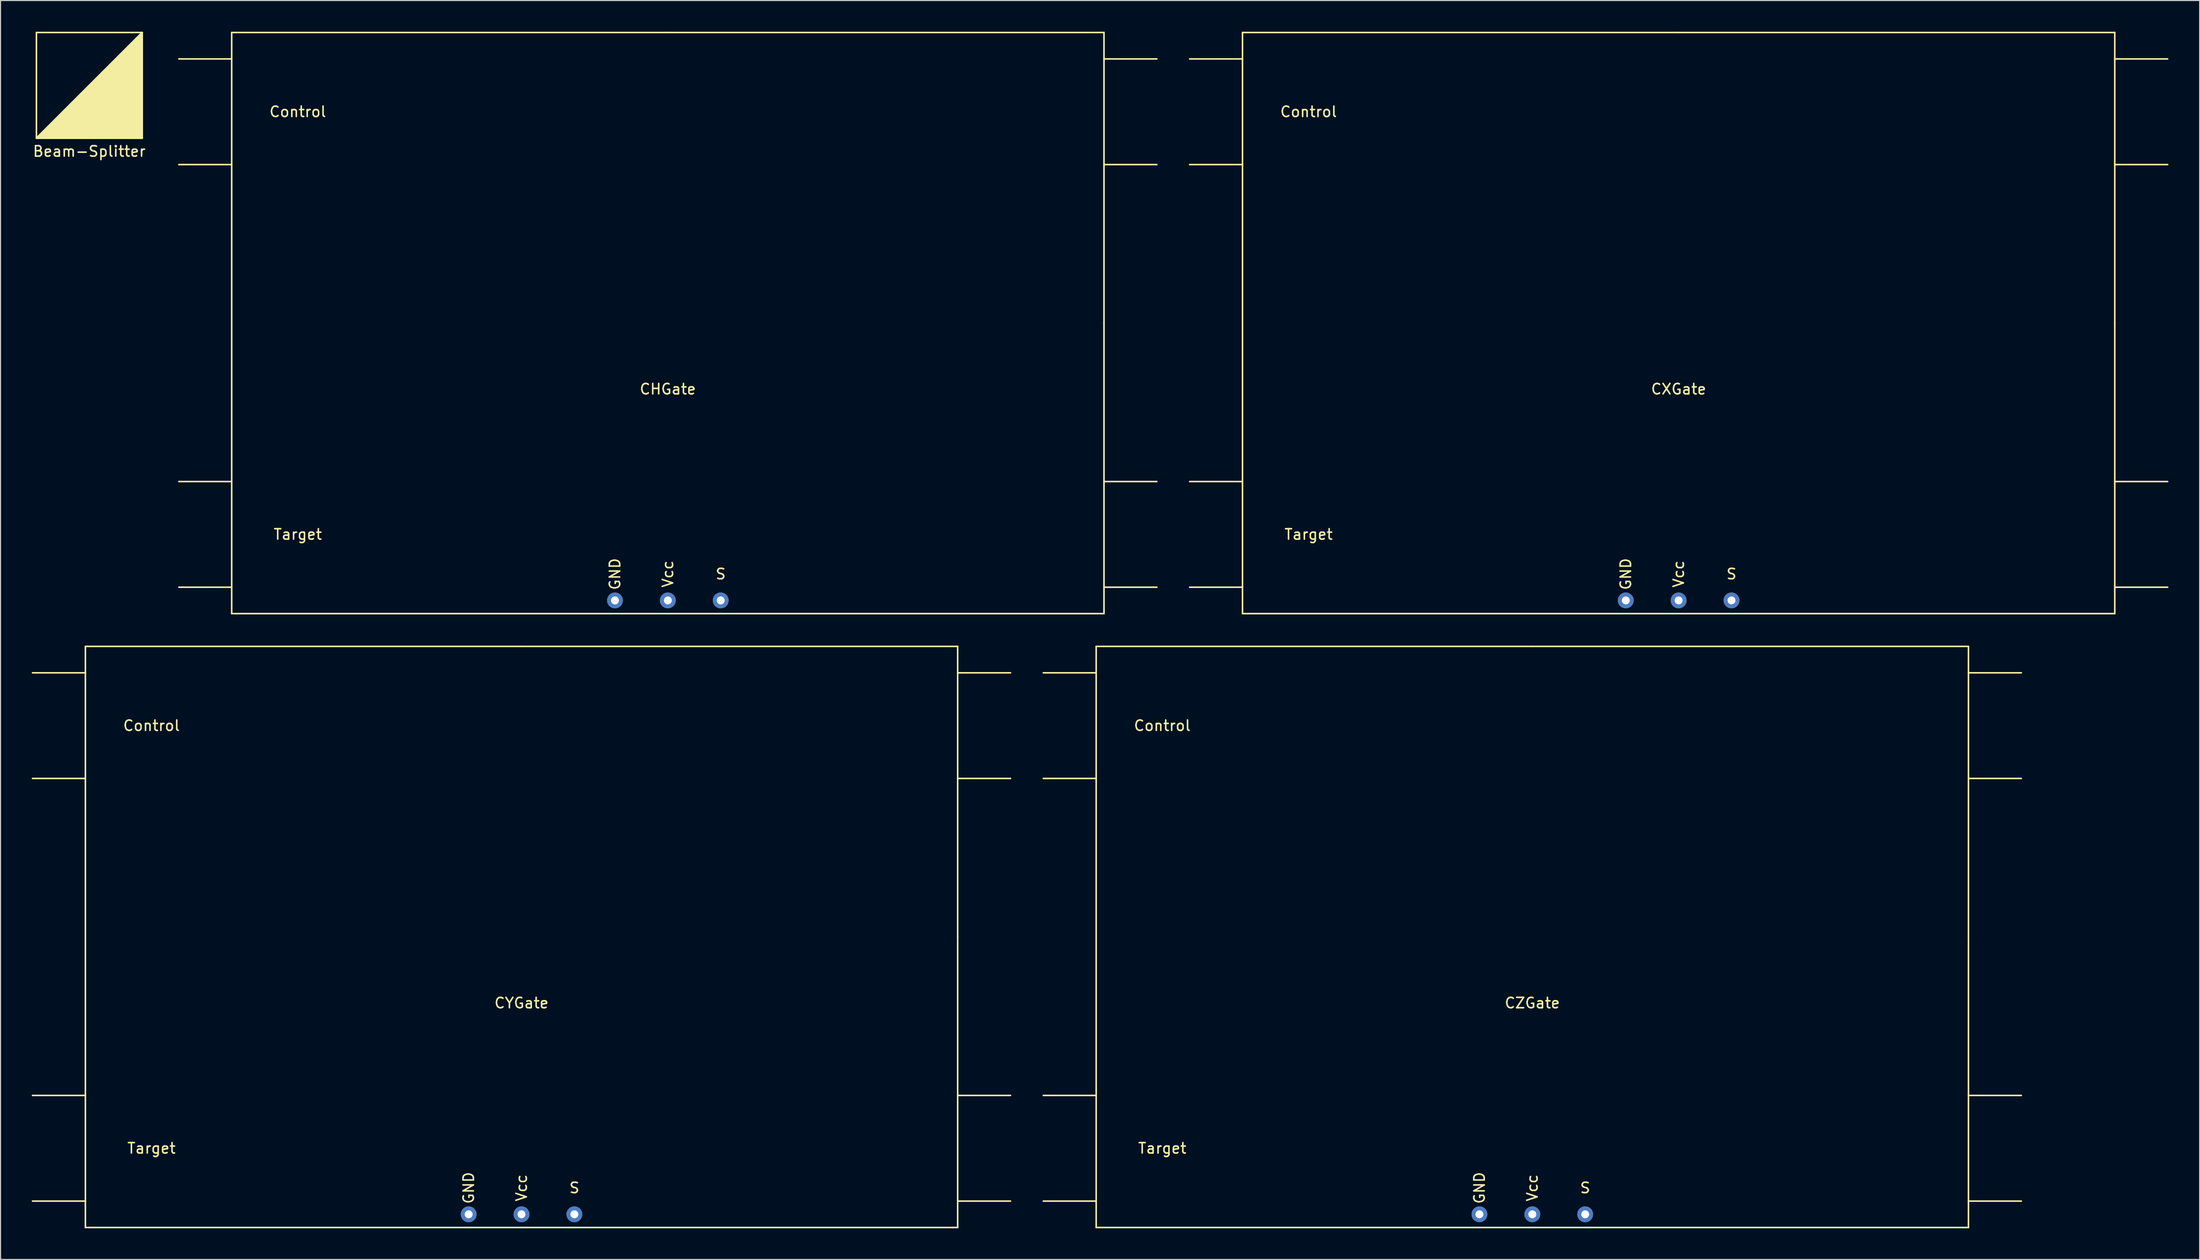
<source format=kicad_pcb>
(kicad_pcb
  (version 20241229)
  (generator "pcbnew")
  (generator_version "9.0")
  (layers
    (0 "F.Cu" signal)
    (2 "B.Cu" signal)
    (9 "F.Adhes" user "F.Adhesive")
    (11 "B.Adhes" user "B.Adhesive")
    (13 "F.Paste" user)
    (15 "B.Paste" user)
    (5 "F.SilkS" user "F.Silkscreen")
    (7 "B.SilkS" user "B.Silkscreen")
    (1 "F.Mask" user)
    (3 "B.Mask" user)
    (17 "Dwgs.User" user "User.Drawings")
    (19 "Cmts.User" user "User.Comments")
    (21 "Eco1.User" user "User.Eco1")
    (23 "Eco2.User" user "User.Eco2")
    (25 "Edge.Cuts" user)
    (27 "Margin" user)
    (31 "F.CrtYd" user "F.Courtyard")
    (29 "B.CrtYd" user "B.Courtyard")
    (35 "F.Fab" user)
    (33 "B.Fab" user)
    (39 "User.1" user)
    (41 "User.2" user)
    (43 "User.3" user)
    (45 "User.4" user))
  (footprint "CYGate"
    (layer "F.Cu")
    (at 47.065 87.68)
    (property "Reference" "CYGate" (at 0 5.715 0) (layer "F.SilkS") (effects (font (size 1 1) (thickness 0.15))))
    (attr through_hole)
    (fp_line (start -46.99 -15.875) (end -41.91 -15.875) (stroke (width 0.15) (type solid)) (layer "F.SilkS"))
    (fp_line (start -41.91 -28.575) (end 0 -28.575) (stroke (width 0.15) (type solid)) (layer "F.SilkS"))
    (fp_line (start -41.91 -26.035) (end -46.99 -26.035) (stroke (width 0.15) (type solid)) (layer "F.SilkS"))
    (fp_line (start -41.91 14.605) (end -46.99 14.605) (stroke (width 0.15) (type solid)) (layer "F.SilkS"))
    (fp_line (start -41.91 24.765) (end -46.99 24.765) (stroke (width 0.15) (type solid)) (layer "F.SilkS"))
    (fp_line (start -41.91 27.305) (end -41.91 -28.575) (stroke (width 0.15) (type solid)) (layer "F.SilkS"))
    (fp_line (start 0 -28.575) (end 41.91 -28.575) (stroke (width 0.15) (type solid)) (layer "F.SilkS"))
    (fp_line (start 41.91 -28.575) (end 41.91 -0.635) (stroke (width 0.15) (type solid)) (layer "F.SilkS"))
    (fp_line (start 41.91 -26.035) (end 46.99 -26.035) (stroke (width 0.15) (type solid)) (layer "F.SilkS"))
    (fp_line (start 41.91 -15.875) (end 46.99 -15.875) (stroke (width 0.15) (type solid)) (layer "F.SilkS"))
    (fp_line (start 41.91 -0.635) (end 41.91 27.305) (stroke (width 0.15) (type solid)) (layer "F.SilkS"))
    (fp_line (start 41.91 14.605) (end 46.99 14.605) (stroke (width 0.15) (type solid)) (layer "F.SilkS"))
    (fp_line (start 41.91 24.765) (end 46.99 24.765) (stroke (width 0.15) (type solid)) (layer "F.SilkS"))
    (fp_line (start 41.91 27.305) (end -41.91 27.305) (stroke (width 0.15) (type solid)) (layer "F.SilkS"))
    (fp_text user "GND" (at -5.08 23.495 90) (layer "F.SilkS") (effects (font (size 1 1) (thickness 0.15))))
    (fp_text user "Target" (at -35.56 19.685 0) (layer "F.SilkS") (effects (font (size 1 1) (thickness 0.15))))
    (fp_text user "Vcc" (at 0 23.495 90) (layer "F.SilkS") (effects (font (size 1 1) (thickness 0.15))))
    (fp_text user "S" (at 5.08 23.495 0) (layer "F.SilkS") (effects (font (size 1 1) (thickness 0.15))))
    (fp_text user "Control" (at -35.56 -20.955 0) (layer "F.SilkS") (effects (font (size 1 1) (thickness 0.15))))
    (pad "9" thru_hole circle (at 5.08 26.035) (size 1.524 1.524) (drill 0.762) (layers "*.Cu" "*.Mask"))
    (pad "10" thru_hole circle (at 0 26.035) (size 1.524 1.524) (drill 0.762) (layers "*.Cu" "*.Mask"))
    (pad "11" thru_hole circle (at -5.08 26.035) (size 1.524 1.524) (drill 0.762) (layers "*.Cu" "*.Mask")))
  (footprint "CZGate"
    (layer "F.Cu")
    (at 144.195 87.68)
    (property "Reference" "CZGate" (at 0 5.715 0) (layer "F.SilkS") (effects (font (size 1 1) (thickness 0.15))))
    (attr through_hole)
    (fp_line (start -46.99 -15.875) (end -41.91 -15.875) (stroke (width 0.15) (type solid)) (layer "F.SilkS"))
    (fp_line (start -41.91 -28.575) (end 0 -28.575) (stroke (width 0.15) (type solid)) (layer "F.SilkS"))
    (fp_line (start -41.91 -26.035) (end -46.99 -26.035) (stroke (width 0.15) (type solid)) (layer "F.SilkS"))
    (fp_line (start -41.91 14.605) (end -46.99 14.605) (stroke (width 0.15) (type solid)) (layer "F.SilkS"))
    (fp_line (start -41.91 24.765) (end -46.99 24.765) (stroke (width 0.15) (type solid)) (layer "F.SilkS"))
    (fp_line (start -41.91 27.305) (end -41.91 -28.575) (stroke (width 0.15) (type solid)) (layer "F.SilkS"))
    (fp_line (start 0 -28.575) (end 41.91 -28.575) (stroke (width 0.15) (type solid)) (layer "F.SilkS"))
    (fp_line (start 41.91 -28.575) (end 41.91 -0.635) (stroke (width 0.15) (type solid)) (layer "F.SilkS"))
    (fp_line (start 41.91 -26.035) (end 46.99 -26.035) (stroke (width 0.15) (type solid)) (layer "F.SilkS"))
    (fp_line (start 41.91 -15.875) (end 46.99 -15.875) (stroke (width 0.15) (type solid)) (layer "F.SilkS"))
    (fp_line (start 41.91 -0.635) (end 41.91 27.305) (stroke (width 0.15) (type solid)) (layer "F.SilkS"))
    (fp_line (start 41.91 14.605) (end 46.99 14.605) (stroke (width 0.15) (type solid)) (layer "F.SilkS"))
    (fp_line (start 41.91 24.765) (end 46.99 24.765) (stroke (width 0.15) (type solid)) (layer "F.SilkS"))
    (fp_line (start 41.91 27.305) (end -41.91 27.305) (stroke (width 0.15) (type solid)) (layer "F.SilkS"))
    (fp_text user "Target" (at -35.56 19.685 0) (layer "F.SilkS") (effects (font (size 1 1) (thickness 0.15))))
    (fp_text user "S" (at 5.08 23.495 0) (layer "F.SilkS") (effects (font (size 1 1) (thickness 0.15))))
    (fp_text user "GND" (at -5.08 23.495 90) (layer "F.SilkS") (effects (font (size 1 1) (thickness 0.15))))
    (fp_text user "Vcc" (at 0 23.495 90) (layer "F.SilkS") (effects (font (size 1 1) (thickness 0.15))))
    (fp_text user "Control" (at -35.56 -20.955 0) (layer "F.SilkS") (effects (font (size 1 1) (thickness 0.15))))
    (pad "9" thru_hole circle (at 5.08 26.035) (size 1.524 1.524) (drill 0.762) (layers "*.Cu" "*.Mask"))
    (pad "10" thru_hole circle (at 0 26.035) (size 1.524 1.524) (drill 0.762) (layers "*.Cu" "*.Mask"))
    (pad "11" thru_hole circle (at -5.08 26.035) (size 1.524 1.524) (drill 0.762) (layers "*.Cu" "*.Mask")))
  (footprint "Beam-Splitter"
    (layer "F.Cu")
    (at 5.53 5.155)
    (property "Reference" "Beam-Splitter" (at 0 6.35 0) (layer "F.SilkS") (effects (font (size 1 1) (thickness 0.15))))
    (attr smd)
    (fp_line (start -5.08 -5.08) (end 5.08 -5.08) (stroke (width 0.15) (type solid)) (layer "F.SilkS"))
    (fp_line (start -5.08 5.08) (end -5.08 -5.08) (stroke (width 0.15) (type solid)) (layer "F.SilkS"))
    (fp_line (start -5.08 5.08) (end 5.08 -5.08) (stroke (width 0.15) (type solid)) (layer "F.SilkS"))
    (fp_line (start 5.08 -5.08) (end 5.08 5.08) (stroke (width 0.15) (type solid)) (layer "F.SilkS"))
    (fp_line (start 5.08 5.08) (end -5.08 5.08) (stroke (width 0.15) (type solid)) (layer "F.SilkS"))
    (fp_poly (pts (xy 5.08 5.08) (xy -5.08 5.08) (xy 5.08 -5.08)) (stroke (width 0.15) (type solid)) (fill yes) (layer "F.SilkS")))
  (footprint "CHGate"
    (layer "F.Cu")
    (at 61.125 28.65)
    (property "Reference" "CHGate" (at 0 5.715 0) (layer "F.SilkS") (effects (font (size 1 1) (thickness 0.15))))
    (attr through_hole)
    (fp_line (start -46.99 -15.875) (end -41.91 -15.875) (stroke (width 0.15) (type solid)) (layer "F.SilkS"))
    (fp_line (start -41.91 -28.575) (end 0 -28.575) (stroke (width 0.15) (type solid)) (layer "F.SilkS"))
    (fp_line (start -41.91 -26.035) (end -46.99 -26.035) (stroke (width 0.15) (type solid)) (layer "F.SilkS"))
    (fp_line (start -41.91 14.605) (end -46.99 14.605) (stroke (width 0.15) (type solid)) (layer "F.SilkS"))
    (fp_line (start -41.91 24.765) (end -46.99 24.765) (stroke (width 0.15) (type solid)) (layer "F.SilkS"))
    (fp_line (start -41.91 27.305) (end -41.91 -28.575) (stroke (width 0.15) (type solid)) (layer "F.SilkS"))
    (fp_line (start 0 -28.575) (end 41.91 -28.575) (stroke (width 0.15) (type solid)) (layer "F.SilkS"))
    (fp_line (start 41.91 -28.575) (end 41.91 -0.635) (stroke (width 0.15) (type solid)) (layer "F.SilkS"))
    (fp_line (start 41.91 -26.035) (end 46.99 -26.035) (stroke (width 0.15) (type solid)) (layer "F.SilkS"))
    (fp_line (start 41.91 -15.875) (end 46.99 -15.875) (stroke (width 0.15) (type solid)) (layer "F.SilkS"))
    (fp_line (start 41.91 -0.635) (end 41.91 27.305) (stroke (width 0.15) (type solid)) (layer "F.SilkS"))
    (fp_line (start 41.91 14.605) (end 46.99 14.605) (stroke (width 0.15) (type solid)) (layer "F.SilkS"))
    (fp_line (start 41.91 24.765) (end 46.99 24.765) (stroke (width 0.15) (type solid)) (layer "F.SilkS"))
    (fp_line (start 41.91 27.305) (end -41.91 27.305) (stroke (width 0.15) (type solid)) (layer "F.SilkS"))
    (fp_text user "S" (at 5.08 23.495 0) (layer "F.SilkS") (effects (font (size 1 1) (thickness 0.15))))
    (fp_text user "Target" (at -35.56 19.685 0) (layer "F.SilkS") (effects (font (size 1 1) (thickness 0.15))))
    (fp_text user "GND" (at -5.08 23.495 90) (layer "F.SilkS") (effects (font (size 1 1) (thickness 0.15))))
    (fp_text user "Control" (at -35.56 -20.955 0) (layer "F.SilkS") (effects (font (size 1 1) (thickness 0.15))))
    (fp_text user "Vcc" (at 0 23.495 90) (layer "F.SilkS") (effects (font (size 1 1) (thickness 0.15))))
    (pad "9" thru_hole circle (at 5.08 26.035) (size 1.524 1.524) (drill 0.762) (layers "*.Cu" "*.Mask"))
    (pad "10" thru_hole circle (at 0 26.035) (size 1.524 1.524) (drill 0.762) (layers "*.Cu" "*.Mask"))
    (pad "11" thru_hole circle (at -5.08 26.035) (size 1.524 1.524) (drill 0.762) (layers "*.Cu" "*.Mask")))
  (footprint "CXGate"
    (layer "F.Cu")
    (at 158.255 28.65)
    (property "Reference" "CXGate" (at 0 5.715 0) (layer "F.SilkS") (effects (font (size 1 1) (thickness 0.15))))
    (attr through_hole)
    (fp_line (start -46.99 -15.875) (end -41.91 -15.875) (stroke (width 0.15) (type solid)) (layer "F.SilkS"))
    (fp_line (start -41.91 -28.575) (end 0 -28.575) (stroke (width 0.15) (type solid)) (layer "F.SilkS"))
    (fp_line (start -41.91 -26.035) (end -46.99 -26.035) (stroke (width 0.15) (type solid)) (layer "F.SilkS"))
    (fp_line (start -41.91 14.605) (end -46.99 14.605) (stroke (width 0.15) (type solid)) (layer "F.SilkS"))
    (fp_line (start -41.91 24.765) (end -46.99 24.765) (stroke (width 0.15) (type solid)) (layer "F.SilkS"))
    (fp_line (start -41.91 27.305) (end -41.91 -28.575) (stroke (width 0.15) (type solid)) (layer "F.SilkS"))
    (fp_line (start 0 -28.575) (end 41.91 -28.575) (stroke (width 0.15) (type solid)) (layer "F.SilkS"))
    (fp_line (start 41.91 -28.575) (end 41.91 -0.635) (stroke (width 0.15) (type solid)) (layer "F.SilkS"))
    (fp_line (start 41.91 -26.035) (end 46.99 -26.035) (stroke (width 0.15) (type solid)) (layer "F.SilkS"))
    (fp_line (start 41.91 -15.875) (end 46.99 -15.875) (stroke (width 0.15) (type solid)) (layer "F.SilkS"))
    (fp_line (start 41.91 -0.635) (end 41.91 27.305) (stroke (width 0.15) (type solid)) (layer "F.SilkS"))
    (fp_line (start 41.91 14.605) (end 46.99 14.605) (stroke (width 0.15) (type solid)) (layer "F.SilkS"))
    (fp_line (start 41.91 24.765) (end 46.99 24.765) (stroke (width 0.15) (type solid)) (layer "F.SilkS"))
    (fp_line (start 41.91 27.305) (end -41.91 27.305) (stroke (width 0.15) (type solid)) (layer "F.SilkS"))
    (fp_text user "Control" (at -35.56 -20.955 0) (layer "F.SilkS") (effects (font (size 1 1) (thickness 0.15))))
    (fp_text user "Vcc" (at 0 23.495 90) (layer "F.SilkS") (effects (font (size 1 1) (thickness 0.15))))
    (fp_text user "GND" (at -5.08 23.495 90) (layer "F.SilkS") (effects (font (size 1 1) (thickness 0.15))))
    (fp_text user "Target" (at -35.56 19.685 0) (layer "F.SilkS") (effects (font (size 1 1) (thickness 0.15))))
    (fp_text user "S" (at 5.08 23.495 0) (layer "F.SilkS") (effects (font (size 1 1) (thickness 0.15))))
    (pad "9" thru_hole circle (at 5.08 26.035) (size 1.524 1.524) (drill 0.762) (layers "*.Cu" "*.Mask"))
    (pad "10" thru_hole circle (at 0 26.035) (size 1.524 1.524) (drill 0.762) (layers "*.Cu" "*.Mask"))
    (pad "11" thru_hole circle (at -5.08 26.035) (size 1.524 1.524) (drill 0.762) (layers "*.Cu" "*.Mask")))
  (gr_rect
    (start -3 -3)
    (end 208.32 118.06)
    (stroke (width 0.1) (type default))
    (fill no)
    (layer "Edge.Cuts")))
</source>
